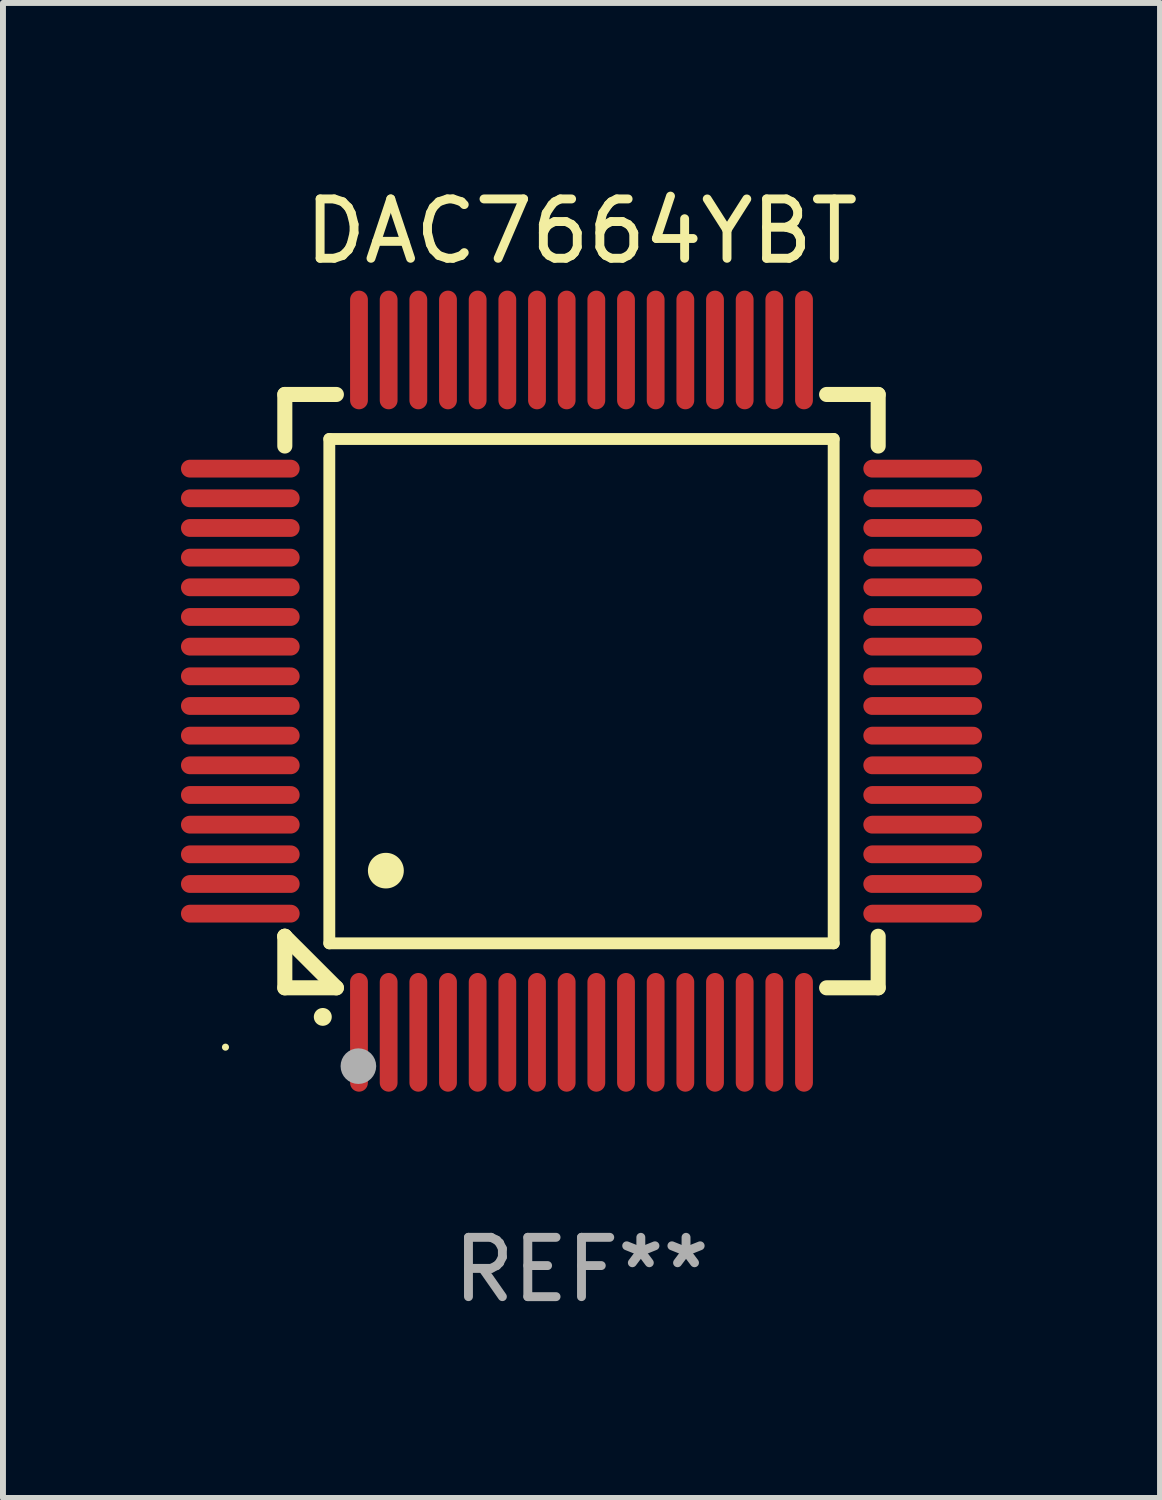
<source format=kicad_pcb>
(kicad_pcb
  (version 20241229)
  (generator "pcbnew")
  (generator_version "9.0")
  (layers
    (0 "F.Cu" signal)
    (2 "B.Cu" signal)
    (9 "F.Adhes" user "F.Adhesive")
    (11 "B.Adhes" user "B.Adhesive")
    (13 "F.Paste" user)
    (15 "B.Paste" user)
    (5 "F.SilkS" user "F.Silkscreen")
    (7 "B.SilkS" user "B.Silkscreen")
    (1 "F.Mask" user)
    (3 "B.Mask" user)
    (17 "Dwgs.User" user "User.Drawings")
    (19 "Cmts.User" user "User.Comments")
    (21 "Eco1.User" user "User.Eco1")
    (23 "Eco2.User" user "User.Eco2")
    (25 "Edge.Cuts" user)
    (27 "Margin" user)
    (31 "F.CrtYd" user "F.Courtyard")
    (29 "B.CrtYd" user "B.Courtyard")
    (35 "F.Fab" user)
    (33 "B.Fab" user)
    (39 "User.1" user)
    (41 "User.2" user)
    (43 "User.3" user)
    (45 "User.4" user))
  (footprint "DAC7664YBT"
    (layer "F.Cu")
    (at 6.75 8.598)
    (property "Reference" "DAC7664YBT" (at 0 -7.75 0) (layer "F.SilkS") (effects (font (size 1 1) (thickness 0.15))))
    (attr through_hole)
    (fp_line (start -5 -5) (end -4.131 -5) (stroke (width 0.254) (type solid)) (layer "F.SilkS"))
    (fp_line (start -5 -4.131) (end -5 -5) (stroke (width 0.254) (type solid)) (layer "F.SilkS"))
    (fp_line (start -5 4.131) (end -5 4.131) (stroke (width 0.254) (type solid)) (layer "F.SilkS"))
    (fp_line (start -5 5) (end -5 4.131) (stroke (width 0.254) (type solid)) (layer "F.SilkS"))
    (fp_line (start -5 4.131) (end -4.131 5) (stroke (width 0.254) (type solid)) (layer "F.SilkS"))
    (fp_line (start -4.25 -4.25) (end -4.25 4.25) (stroke (width 0.2) (type solid)) (layer "F.SilkS"))
    (fp_line (start -4.25 4.25) (end 4.25 4.25) (stroke (width 0.2) (type solid)) (layer "F.SilkS"))
    (fp_line (start -4.131 5) (end -5 5) (stroke (width 0.254) (type solid)) (layer "F.SilkS"))
    (fp_line (start 4.25 -4.25) (end -4.25 -4.25) (stroke (width 0.2) (type solid)) (layer "F.SilkS"))
    (fp_line (start 4.25 4.25) (end 4.25 -4.25) (stroke (width 0.2) (type solid)) (layer "F.SilkS"))
    (fp_line (start 5 -5) (end 4.131 -5) (stroke (width 0.254) (type solid)) (layer "F.SilkS"))
    (fp_line (start 5 -5) (end 5 -4.131) (stroke (width 0.254) (type solid)) (layer "F.SilkS"))
    (fp_line (start 5 4.131) (end 5 5) (stroke (width 0.254) (type solid)) (layer "F.SilkS"))
    (fp_line (start 5 5) (end 4.131 5) (stroke (width 0.254) (type solid)) (layer "F.SilkS"))
    (fp_arc (start -4.361265 5.489992) (mid -4.359995 5.489987) (end -4.358725 5.489992) (stroke (width 0.3) (type solid)) (layer "F.SilkS"))
    (fp_arc (start -3.299467 3.025146) (mid -3.296927 3.025135) (end -3.294387 3.025146) (stroke (width 0.6) (type solid)) (layer "F.SilkS"))
    (fp_circle (center -6 6) (end -5.97 6) (stroke (width 0.06) (type solid)) (fill no) (layer "F.SilkS"))
    (fp_circle (center -3.76 6.32) (end -3.61 6.32) (stroke (width 0.3) (type solid)) (fill no) (layer "F.Fab"))
    (fp_text user "REF**" (at 0 9.75 0) (layer "F.Fab") (effects (font (size 1 1) (thickness 0.15))))
    (pad "1" smd oval (at -3.75 5.75) (size 0.3 2) (layers "F.Cu" "F.Mask" "F.Paste"))
    (pad "2" smd oval (at -3.25 5.75) (size 0.3 2) (layers "F.Cu" "F.Mask" "F.Paste"))
    (pad "3" smd oval (at -2.75 5.75) (size 0.3 2) (layers "F.Cu" "F.Mask" "F.Paste"))
    (pad "4" smd oval (at -2.25 5.75) (size 0.3 2) (layers "F.Cu" "F.Mask" "F.Paste"))
    (pad "5" smd oval (at -1.75 5.75) (size 0.3 2) (layers "F.Cu" "F.Mask" "F.Paste"))
    (pad "6" smd oval (at -1.25 5.75) (size 0.3 2) (layers "F.Cu" "F.Mask" "F.Paste"))
    (pad "7" smd oval (at -0.75 5.75) (size 0.3 2) (layers "F.Cu" "F.Mask" "F.Paste"))
    (pad "8" smd oval (at -0.25 5.75) (size 0.3 2) (layers "F.Cu" "F.Mask" "F.Paste"))
    (pad "9" smd oval (at 0.25 5.75) (size 0.3 2) (layers "F.Cu" "F.Mask" "F.Paste"))
    (pad "10" smd oval (at 0.75 5.75) (size 0.3 2) (layers "F.Cu" "F.Mask" "F.Paste"))
    (pad "11" smd oval (at 1.25 5.75) (size 0.3 2) (layers "F.Cu" "F.Mask" "F.Paste"))
    (pad "12" smd oval (at 1.75 5.75) (size 0.3 2) (layers "F.Cu" "F.Mask" "F.Paste"))
    (pad "13" smd oval (at 2.25 5.75) (size 0.3 2) (layers "F.Cu" "F.Mask" "F.Paste"))
    (pad "14" smd oval (at 2.75 5.75) (size 0.3 2) (layers "F.Cu" "F.Mask" "F.Paste"))
    (pad "15" smd oval (at 3.25 5.75) (size 0.3 2) (layers "F.Cu" "F.Mask" "F.Paste"))
    (pad "16" smd oval (at 3.75 5.75) (size 0.3 2) (layers "F.Cu" "F.Mask" "F.Paste"))
    (pad "17" smd oval (at 5.75 3.75) (size 2 0.3) (layers "F.Cu" "F.Mask" "F.Paste"))
    (pad "18" smd oval (at 5.75 3.25) (size 2 0.3) (layers "F.Cu" "F.Mask" "F.Paste"))
    (pad "19" smd oval (at 5.75 2.75) (size 2 0.3) (layers "F.Cu" "F.Mask" "F.Paste"))
    (pad "20" smd oval (at 5.75 2.25) (size 2 0.3) (layers "F.Cu" "F.Mask" "F.Paste"))
    (pad "21" smd oval (at 5.75 1.75) (size 2 0.3) (layers "F.Cu" "F.Mask" "F.Paste"))
    (pad "22" smd oval (at 5.75 1.25) (size 2 0.3) (layers "F.Cu" "F.Mask" "F.Paste"))
    (pad "23" smd oval (at 5.75 0.75) (size 2 0.3) (layers "F.Cu" "F.Mask" "F.Paste"))
    (pad "24" smd oval (at 5.75 0.25) (size 2 0.3) (layers "F.Cu" "F.Mask" "F.Paste"))
    (pad "25" smd oval (at 5.75 -0.25) (size 2 0.3) (layers "F.Cu" "F.Mask" "F.Paste"))
    (pad "26" smd oval (at 5.75 -0.75) (size 2 0.3) (layers "F.Cu" "F.Mask" "F.Paste"))
    (pad "27" smd oval (at 5.75 -1.25) (size 2 0.3) (layers "F.Cu" "F.Mask" "F.Paste"))
    (pad "28" smd oval (at 5.75 -1.75) (size 2 0.3) (layers "F.Cu" "F.Mask" "F.Paste"))
    (pad "29" smd oval (at 5.75 -2.25) (size 2 0.3) (layers "F.Cu" "F.Mask" "F.Paste"))
    (pad "30" smd oval (at 5.75 -2.75) (size 2 0.3) (layers "F.Cu" "F.Mask" "F.Paste"))
    (pad "31" smd oval (at 5.75 -3.25) (size 2 0.3) (layers "F.Cu" "F.Mask" "F.Paste"))
    (pad "32" smd oval (at 5.75 -3.75) (size 2 0.3) (layers "F.Cu" "F.Mask" "F.Paste"))
    (pad "33" smd oval (at 3.75 -5.75) (size 0.3 2) (layers "F.Cu" "F.Mask" "F.Paste"))
    (pad "34" smd oval (at 3.25 -5.75) (size 0.3 2) (layers "F.Cu" "F.Mask" "F.Paste"))
    (pad "35" smd oval (at 2.75 -5.75) (size 0.3 2) (layers "F.Cu" "F.Mask" "F.Paste"))
    (pad "36" smd oval (at 2.25 -5.75) (size 0.3 2) (layers "F.Cu" "F.Mask" "F.Paste"))
    (pad "37" smd oval (at 1.75 -5.75) (size 0.3 2) (layers "F.Cu" "F.Mask" "F.Paste"))
    (pad "38" smd oval (at 1.25 -5.75) (size 0.3 2) (layers "F.Cu" "F.Mask" "F.Paste"))
    (pad "39" smd oval (at 0.75 -5.75) (size 0.3 2) (layers "F.Cu" "F.Mask" "F.Paste"))
    (pad "40" smd oval (at 0.25 -5.75) (size 0.3 2) (layers "F.Cu" "F.Mask" "F.Paste"))
    (pad "41" smd oval (at -0.25 -5.75) (size 0.3 2) (layers "F.Cu" "F.Mask" "F.Paste"))
    (pad "42" smd oval (at -0.75 -5.75) (size 0.3 2) (layers "F.Cu" "F.Mask" "F.Paste"))
    (pad "43" smd oval (at -1.25 -5.75) (size 0.3 2) (layers "F.Cu" "F.Mask" "F.Paste"))
    (pad "44" smd oval (at -1.75 -5.75) (size 0.3 2) (layers "F.Cu" "F.Mask" "F.Paste"))
    (pad "45" smd oval (at -2.25 -5.75) (size 0.3 2) (layers "F.Cu" "F.Mask" "F.Paste"))
    (pad "46" smd oval (at -2.75 -5.75) (size 0.3 2) (layers "F.Cu" "F.Mask" "F.Paste"))
    (pad "47" smd oval (at -3.25 -5.75) (size 0.3 2) (layers "F.Cu" "F.Mask" "F.Paste"))
    (pad "48" smd oval (at -3.75 -5.75) (size 0.3 2) (layers "F.Cu" "F.Mask" "F.Paste"))
    (pad "49" smd oval (at -5.75 -3.75) (size 2 0.3) (layers "F.Cu" "F.Mask" "F.Paste"))
    (pad "50" smd oval (at -5.75 -3.25) (size 2 0.3) (layers "F.Cu" "F.Mask" "F.Paste"))
    (pad "51" smd oval (at -5.75 -2.75) (size 2 0.3) (layers "F.Cu" "F.Mask" "F.Paste"))
    (pad "52" smd oval (at -5.75 -2.25) (size 2 0.3) (layers "F.Cu" "F.Mask" "F.Paste"))
    (pad "53" smd oval (at -5.75 -1.75) (size 2 0.3) (layers "F.Cu" "F.Mask" "F.Paste"))
    (pad "54" smd oval (at -5.75 -1.25) (size 2 0.3) (layers "F.Cu" "F.Mask" "F.Paste"))
    (pad "55" smd oval (at -5.75 -0.75) (size 2 0.3) (layers "F.Cu" "F.Mask" "F.Paste"))
    (pad "56" smd oval (at -5.75 -0.25) (size 2 0.3) (layers "F.Cu" "F.Mask" "F.Paste"))
    (pad "57" smd oval (at -5.75 0.25) (size 2 0.3) (layers "F.Cu" "F.Mask" "F.Paste"))
    (pad "58" smd oval (at -5.75 0.75) (size 2 0.3) (layers "F.Cu" "F.Mask" "F.Paste"))
    (pad "59" smd oval (at -5.75 1.25) (size 2 0.3) (layers "F.Cu" "F.Mask" "F.Paste"))
    (pad "60" smd oval (at -5.75 1.75) (size 2 0.3) (layers "F.Cu" "F.Mask" "F.Paste"))
    (pad "61" smd oval (at -5.75 2.25) (size 2 0.3) (layers "F.Cu" "F.Mask" "F.Paste"))
    (pad "62" smd oval (at -5.75 2.75) (size 2 0.3) (layers "F.Cu" "F.Mask" "F.Paste"))
    (pad "63" smd oval (at -5.75 3.25) (size 2 0.3) (layers "F.Cu" "F.Mask" "F.Paste"))
    (pad "64" smd oval (at -5.75 3.75) (size 2 0.3) (layers "F.Cu" "F.Mask" "F.Paste")))
  (gr_rect
    (start -3 -3)
    (end 16.5 22.196)
    (stroke (width 0.1) (type default))
    (fill no)
    (layer "Edge.Cuts")))
</source>
